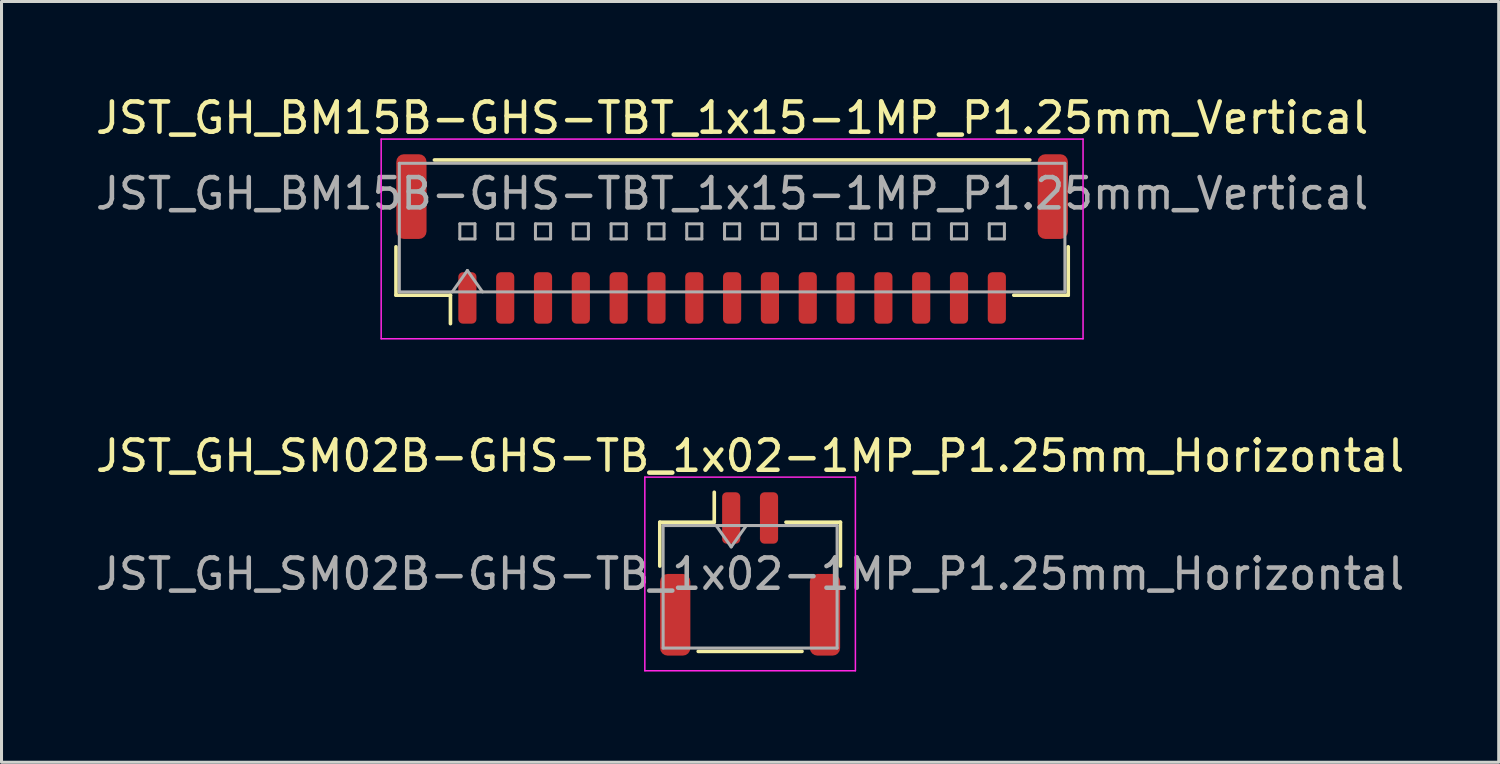
<source format=kicad_pcb>
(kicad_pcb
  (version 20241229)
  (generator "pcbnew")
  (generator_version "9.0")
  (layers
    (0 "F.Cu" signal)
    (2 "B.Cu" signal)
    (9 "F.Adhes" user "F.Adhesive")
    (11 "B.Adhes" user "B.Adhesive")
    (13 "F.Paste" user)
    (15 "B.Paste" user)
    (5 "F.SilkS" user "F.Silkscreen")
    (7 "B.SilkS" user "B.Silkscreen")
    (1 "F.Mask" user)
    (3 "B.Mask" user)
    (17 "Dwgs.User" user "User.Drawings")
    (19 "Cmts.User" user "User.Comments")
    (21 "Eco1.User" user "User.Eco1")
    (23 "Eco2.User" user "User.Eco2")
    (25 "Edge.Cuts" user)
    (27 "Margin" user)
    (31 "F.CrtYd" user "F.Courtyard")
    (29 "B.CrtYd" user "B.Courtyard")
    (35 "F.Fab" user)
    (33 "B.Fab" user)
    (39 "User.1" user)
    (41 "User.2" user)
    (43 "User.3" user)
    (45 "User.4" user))
  (footprint "JST_GH_SM02B-GHS-TB_1x02-1MP_P1.25mm_Horizontal"
    (layer "F.Cu")
    (at 21.744 15.921)
    (property "Reference" "JST_GH_SM02B-GHS-TB_1x02-1MP_P1.25mm_Horizontal" (at 0 -3.9 0) (layer "F.SilkS") (effects (font (size 1 1) (thickness 0.15))))
    (attr smd)
    (fp_line (start -2.985 -1.71) (end -1.185 -1.71) (stroke (width 0.12) (type solid)) (layer "F.SilkS"))
    (fp_line (start -2.985 -0.26) (end -2.985 -1.71) (stroke (width 0.12) (type solid)) (layer "F.SilkS"))
    (fp_line (start -1.715 2.56) (end 1.715 2.56) (stroke (width 0.12) (type solid)) (layer "F.SilkS"))
    (fp_line (start -1.185 -1.71) (end -1.185 -2.7) (stroke (width 0.12) (type solid)) (layer "F.SilkS"))
    (fp_line (start 2.985 -1.71) (end 1.185 -1.71) (stroke (width 0.12) (type solid)) (layer "F.SilkS"))
    (fp_line (start 2.985 -0.26) (end 2.985 -1.71) (stroke (width 0.12) (type solid)) (layer "F.SilkS"))
    (fp_line (start -3.48 -3.2) (end -3.48 3.2) (stroke (width 0.05) (type solid)) (layer "F.CrtYd"))
    (fp_line (start -3.48 3.2) (end 3.48 3.2) (stroke (width 0.05) (type solid)) (layer "F.CrtYd"))
    (fp_line (start 3.48 -3.2) (end -3.48 -3.2) (stroke (width 0.05) (type solid)) (layer "F.CrtYd"))
    (fp_line (start 3.48 3.2) (end 3.48 -3.2) (stroke (width 0.05) (type solid)) (layer "F.CrtYd"))
    (fp_line (start -2.875 -1.6) (end -2.875 2.45) (stroke (width 0.1) (type solid)) (layer "F.Fab"))
    (fp_line (start -2.875 -1.6) (end 2.875 -1.6) (stroke (width 0.1) (type solid)) (layer "F.Fab"))
    (fp_line (start -2.875 2.45) (end 2.875 2.45) (stroke (width 0.1) (type solid)) (layer "F.Fab"))
    (fp_line (start -1.125 -1.6) (end -0.625 -0.893) (stroke (width 0.1) (type solid)) (layer "F.Fab"))
    (fp_line (start -0.625 -0.893) (end -0.125 -1.6) (stroke (width 0.1) (type solid)) (layer "F.Fab"))
    (fp_line (start 2.875 -1.6) (end 2.875 2.45) (stroke (width 0.1) (type solid)) (layer "F.Fab"))
    (fp_text user "${REFERENCE}" (at 0 0 0) (layer "F.Fab") (effects (font (size 1 1) (thickness 0.15))))
    (pad "1" smd roundrect (at -0.625 -1.85) (size 0.6 1.7) (layers "F.Cu" "F.Mask" "F.Paste") (roundrect_rratio 0.25))
    (pad "2" smd roundrect (at 0.625 -1.85) (size 0.6 1.7) (layers "F.Cu" "F.Mask" "F.Paste") (roundrect_rratio 0.25))
    (pad "MP" smd roundrect (at -2.475 1.35) (size 1 2.7) (layers "F.Cu" "F.Mask" "F.Paste") (roundrect_rratio 0.25))
    (pad "MP" smd roundrect (at 2.475 1.35) (size 1 2.7) (layers "F.Cu" "F.Mask" "F.Paste") (roundrect_rratio 0.25)))
  (footprint "JST_GH_BM15B-GHS-TBT_1x15-1MP_P1.25mm_Vertical"
    (layer "F.Cu")
    (at 21.149 4.848)
    (property "Reference" "JST_GH_BM15B-GHS-TBT_1x15-1MP_P1.25mm_Vertical" (at 0 -4 0) (layer "F.SilkS") (effects (font (size 1 1) (thickness 0.15))))
    (attr smd)
    (fp_line (start -11.11 0.26) (end -11.11 1.86) (stroke (width 0.12) (type solid)) (layer "F.SilkS"))
    (fp_line (start -11.11 1.86) (end -9.31 1.86) (stroke (width 0.12) (type solid)) (layer "F.SilkS"))
    (fp_line (start -9.84 -2.61) (end 9.84 -2.61) (stroke (width 0.12) (type solid)) (layer "F.SilkS"))
    (fp_line (start -9.31 1.86) (end -9.31 2.8) (stroke (width 0.12) (type solid)) (layer "F.SilkS"))
    (fp_line (start 11.11 0.26) (end 11.11 1.86) (stroke (width 0.12) (type solid)) (layer "F.SilkS"))
    (fp_line (start 11.11 1.86) (end 9.31 1.86) (stroke (width 0.12) (type solid)) (layer "F.SilkS"))
    (fp_line (start -11.6 -3.3) (end -11.6 3.3) (stroke (width 0.05) (type solid)) (layer "F.CrtYd"))
    (fp_line (start -11.6 3.3) (end 11.6 3.3) (stroke (width 0.05) (type solid)) (layer "F.CrtYd"))
    (fp_line (start 11.6 -3.3) (end -11.6 -3.3) (stroke (width 0.05) (type solid)) (layer "F.CrtYd"))
    (fp_line (start 11.6 3.3) (end 11.6 -3.3) (stroke (width 0.05) (type solid)) (layer "F.CrtYd"))
    (fp_line (start -11 -2.5) (end 11 -2.5) (stroke (width 0.1) (type solid)) (layer "F.Fab"))
    (fp_line (start -11 1.75) (end -11 -2.5) (stroke (width 0.1) (type solid)) (layer "F.Fab"))
    (fp_line (start -11 1.75) (end 11 1.75) (stroke (width 0.1) (type solid)) (layer "F.Fab"))
    (fp_line (start -9.25 1.75) (end -8.75 1.043) (stroke (width 0.1) (type solid)) (layer "F.Fab"))
    (fp_line (start -9 -0.5) (end -9 0) (stroke (width 0.1) (type solid)) (layer "F.Fab"))
    (fp_line (start -9 0) (end -8.5 0) (stroke (width 0.1) (type solid)) (layer "F.Fab"))
    (fp_line (start -8.75 1.043) (end -8.25 1.75) (stroke (width 0.1) (type solid)) (layer "F.Fab"))
    (fp_line (start -8.5 -0.5) (end -9 -0.5) (stroke (width 0.1) (type solid)) (layer "F.Fab"))
    (fp_line (start -8.5 0) (end -8.5 -0.5) (stroke (width 0.1) (type solid)) (layer "F.Fab"))
    (fp_line (start -7.75 -0.5) (end -7.75 0) (stroke (width 0.1) (type solid)) (layer "F.Fab"))
    (fp_line (start -7.75 0) (end -7.25 0) (stroke (width 0.1) (type solid)) (layer "F.Fab"))
    (fp_line (start -7.25 -0.5) (end -7.75 -0.5) (stroke (width 0.1) (type solid)) (layer "F.Fab"))
    (fp_line (start -7.25 0) (end -7.25 -0.5) (stroke (width 0.1) (type solid)) (layer "F.Fab"))
    (fp_line (start -6.5 -0.5) (end -6.5 0) (stroke (width 0.1) (type solid)) (layer "F.Fab"))
    (fp_line (start -6.5 0) (end -6 0) (stroke (width 0.1) (type solid)) (layer "F.Fab"))
    (fp_line (start -6 -0.5) (end -6.5 -0.5) (stroke (width 0.1) (type solid)) (layer "F.Fab"))
    (fp_line (start -6 0) (end -6 -0.5) (stroke (width 0.1) (type solid)) (layer "F.Fab"))
    (fp_line (start -5.25 -0.5) (end -5.25 0) (stroke (width 0.1) (type solid)) (layer "F.Fab"))
    (fp_line (start -5.25 0) (end -4.75 0) (stroke (width 0.1) (type solid)) (layer "F.Fab"))
    (fp_line (start -4.75 -0.5) (end -5.25 -0.5) (stroke (width 0.1) (type solid)) (layer "F.Fab"))
    (fp_line (start -4.75 0) (end -4.75 -0.5) (stroke (width 0.1) (type solid)) (layer "F.Fab"))
    (fp_line (start -4 -0.5) (end -4 0) (stroke (width 0.1) (type solid)) (layer "F.Fab"))
    (fp_line (start -4 0) (end -3.5 0) (stroke (width 0.1) (type solid)) (layer "F.Fab"))
    (fp_line (start -3.5 -0.5) (end -4 -0.5) (stroke (width 0.1) (type solid)) (layer "F.Fab"))
    (fp_line (start -3.5 0) (end -3.5 -0.5) (stroke (width 0.1) (type solid)) (layer "F.Fab"))
    (fp_line (start -2.75 -0.5) (end -2.75 0) (stroke (width 0.1) (type solid)) (layer "F.Fab"))
    (fp_line (start -2.75 0) (end -2.25 0) (stroke (width 0.1) (type solid)) (layer "F.Fab"))
    (fp_line (start -2.25 -0.5) (end -2.75 -0.5) (stroke (width 0.1) (type solid)) (layer "F.Fab"))
    (fp_line (start -2.25 0) (end -2.25 -0.5) (stroke (width 0.1) (type solid)) (layer "F.Fab"))
    (fp_line (start -1.5 -0.5) (end -1.5 0) (stroke (width 0.1) (type solid)) (layer "F.Fab"))
    (fp_line (start -1.5 0) (end -1 0) (stroke (width 0.1) (type solid)) (layer "F.Fab"))
    (fp_line (start -1 -0.5) (end -1.5 -0.5) (stroke (width 0.1) (type solid)) (layer "F.Fab"))
    (fp_line (start -1 0) (end -1 -0.5) (stroke (width 0.1) (type solid)) (layer "F.Fab"))
    (fp_line (start -0.25 -0.5) (end -0.25 0) (stroke (width 0.1) (type solid)) (layer "F.Fab"))
    (fp_line (start -0.25 0) (end 0.25 0) (stroke (width 0.1) (type solid)) (layer "F.Fab"))
    (fp_line (start 0.25 -0.5) (end -0.25 -0.5) (stroke (width 0.1) (type solid)) (layer "F.Fab"))
    (fp_line (start 0.25 0) (end 0.25 -0.5) (stroke (width 0.1) (type solid)) (layer "F.Fab"))
    (fp_line (start 1 -0.5) (end 1 0) (stroke (width 0.1) (type solid)) (layer "F.Fab"))
    (fp_line (start 1 0) (end 1.5 0) (stroke (width 0.1) (type solid)) (layer "F.Fab"))
    (fp_line (start 1.5 -0.5) (end 1 -0.5) (stroke (width 0.1) (type solid)) (layer "F.Fab"))
    (fp_line (start 1.5 0) (end 1.5 -0.5) (stroke (width 0.1) (type solid)) (layer "F.Fab"))
    (fp_line (start 2.25 -0.5) (end 2.25 0) (stroke (width 0.1) (type solid)) (layer "F.Fab"))
    (fp_line (start 2.25 0) (end 2.75 0) (stroke (width 0.1) (type solid)) (layer "F.Fab"))
    (fp_line (start 2.75 -0.5) (end 2.25 -0.5) (stroke (width 0.1) (type solid)) (layer "F.Fab"))
    (fp_line (start 2.75 0) (end 2.75 -0.5) (stroke (width 0.1) (type solid)) (layer "F.Fab"))
    (fp_line (start 3.5 -0.5) (end 3.5 0) (stroke (width 0.1) (type solid)) (layer "F.Fab"))
    (fp_line (start 3.5 0) (end 4 0) (stroke (width 0.1) (type solid)) (layer "F.Fab"))
    (fp_line (start 4 -0.5) (end 3.5 -0.5) (stroke (width 0.1) (type solid)) (layer "F.Fab"))
    (fp_line (start 4 0) (end 4 -0.5) (stroke (width 0.1) (type solid)) (layer "F.Fab"))
    (fp_line (start 4.75 -0.5) (end 4.75 0) (stroke (width 0.1) (type solid)) (layer "F.Fab"))
    (fp_line (start 4.75 0) (end 5.25 0) (stroke (width 0.1) (type solid)) (layer "F.Fab"))
    (fp_line (start 5.25 -0.5) (end 4.75 -0.5) (stroke (width 0.1) (type solid)) (layer "F.Fab"))
    (fp_line (start 5.25 0) (end 5.25 -0.5) (stroke (width 0.1) (type solid)) (layer "F.Fab"))
    (fp_line (start 6 -0.5) (end 6 0) (stroke (width 0.1) (type solid)) (layer "F.Fab"))
    (fp_line (start 6 0) (end 6.5 0) (stroke (width 0.1) (type solid)) (layer "F.Fab"))
    (fp_line (start 6.5 -0.5) (end 6 -0.5) (stroke (width 0.1) (type solid)) (layer "F.Fab"))
    (fp_line (start 6.5 0) (end 6.5 -0.5) (stroke (width 0.1) (type solid)) (layer "F.Fab"))
    (fp_line (start 7.25 -0.5) (end 7.25 0) (stroke (width 0.1) (type solid)) (layer "F.Fab"))
    (fp_line (start 7.25 0) (end 7.75 0) (stroke (width 0.1) (type solid)) (layer "F.Fab"))
    (fp_line (start 7.75 -0.5) (end 7.25 -0.5) (stroke (width 0.1) (type solid)) (layer "F.Fab"))
    (fp_line (start 7.75 0) (end 7.75 -0.5) (stroke (width 0.1) (type solid)) (layer "F.Fab"))
    (fp_line (start 8.5 -0.5) (end 8.5 0) (stroke (width 0.1) (type solid)) (layer "F.Fab"))
    (fp_line (start 8.5 0) (end 9 0) (stroke (width 0.1) (type solid)) (layer "F.Fab"))
    (fp_line (start 9 -0.5) (end 8.5 -0.5) (stroke (width 0.1) (type solid)) (layer "F.Fab"))
    (fp_line (start 9 0) (end 9 -0.5) (stroke (width 0.1) (type solid)) (layer "F.Fab"))
    (fp_line (start 11 1.75) (end 11 -2.5) (stroke (width 0.1) (type solid)) (layer "F.Fab"))
    (fp_text user "${REFERENCE}" (at 0 -1.5 0) (layer "F.Fab") (effects (font (size 1 1) (thickness 0.15))))
    (pad "1" smd roundrect (at -8.75 1.95) (size 0.6 1.7) (layers "F.Cu" "F.Mask" "F.Paste") (roundrect_rratio 0.25))
    (pad "2" smd roundrect (at -7.5 1.95) (size 0.6 1.7) (layers "F.Cu" "F.Mask" "F.Paste") (roundrect_rratio 0.25))
    (pad "3" smd roundrect (at -6.25 1.95) (size 0.6 1.7) (layers "F.Cu" "F.Mask" "F.Paste") (roundrect_rratio 0.25))
    (pad "4" smd roundrect (at -5 1.95) (size 0.6 1.7) (layers "F.Cu" "F.Mask" "F.Paste") (roundrect_rratio 0.25))
    (pad "5" smd roundrect (at -3.75 1.95) (size 0.6 1.7) (layers "F.Cu" "F.Mask" "F.Paste") (roundrect_rratio 0.25))
    (pad "6" smd roundrect (at -2.5 1.95) (size 0.6 1.7) (layers "F.Cu" "F.Mask" "F.Paste") (roundrect_rratio 0.25))
    (pad "7" smd roundrect (at -1.25 1.95) (size 0.6 1.7) (layers "F.Cu" "F.Mask" "F.Paste") (roundrect_rratio 0.25))
    (pad "8" smd roundrect (at 0 1.95) (size 0.6 1.7) (layers "F.Cu" "F.Mask" "F.Paste") (roundrect_rratio 0.25))
    (pad "9" smd roundrect (at 1.25 1.95) (size 0.6 1.7) (layers "F.Cu" "F.Mask" "F.Paste") (roundrect_rratio 0.25))
    (pad "10" smd roundrect (at 2.5 1.95) (size 0.6 1.7) (layers "F.Cu" "F.Mask" "F.Paste") (roundrect_rratio 0.25))
    (pad "11" smd roundrect (at 3.75 1.95) (size 0.6 1.7) (layers "F.Cu" "F.Mask" "F.Paste") (roundrect_rratio 0.25))
    (pad "12" smd roundrect (at 5 1.95) (size 0.6 1.7) (layers "F.Cu" "F.Mask" "F.Paste") (roundrect_rratio 0.25))
    (pad "13" smd roundrect (at 6.25 1.95) (size 0.6 1.7) (layers "F.Cu" "F.Mask" "F.Paste") (roundrect_rratio 0.25))
    (pad "14" smd roundrect (at 7.5 1.95) (size 0.6 1.7) (layers "F.Cu" "F.Mask" "F.Paste") (roundrect_rratio 0.25))
    (pad "15" smd roundrect (at 8.75 1.95) (size 0.6 1.7) (layers "F.Cu" "F.Mask" "F.Paste") (roundrect_rratio 0.25))
    (pad "MP" smd roundrect (at -10.6 -1.4) (size 1 2.8) (layers "F.Cu" "F.Mask" "F.Paste") (roundrect_rratio 0.25))
    (pad "MP" smd roundrect (at 10.6 -1.4) (size 1 2.8) (layers "F.Cu" "F.Mask" "F.Paste") (roundrect_rratio 0.25)))
  (gr_rect
    (start -3 -3)
    (end 46.488 22.146)
    (stroke (width 0.1) (type default))
    (fill no)
    (layer "Edge.Cuts")))
</source>
